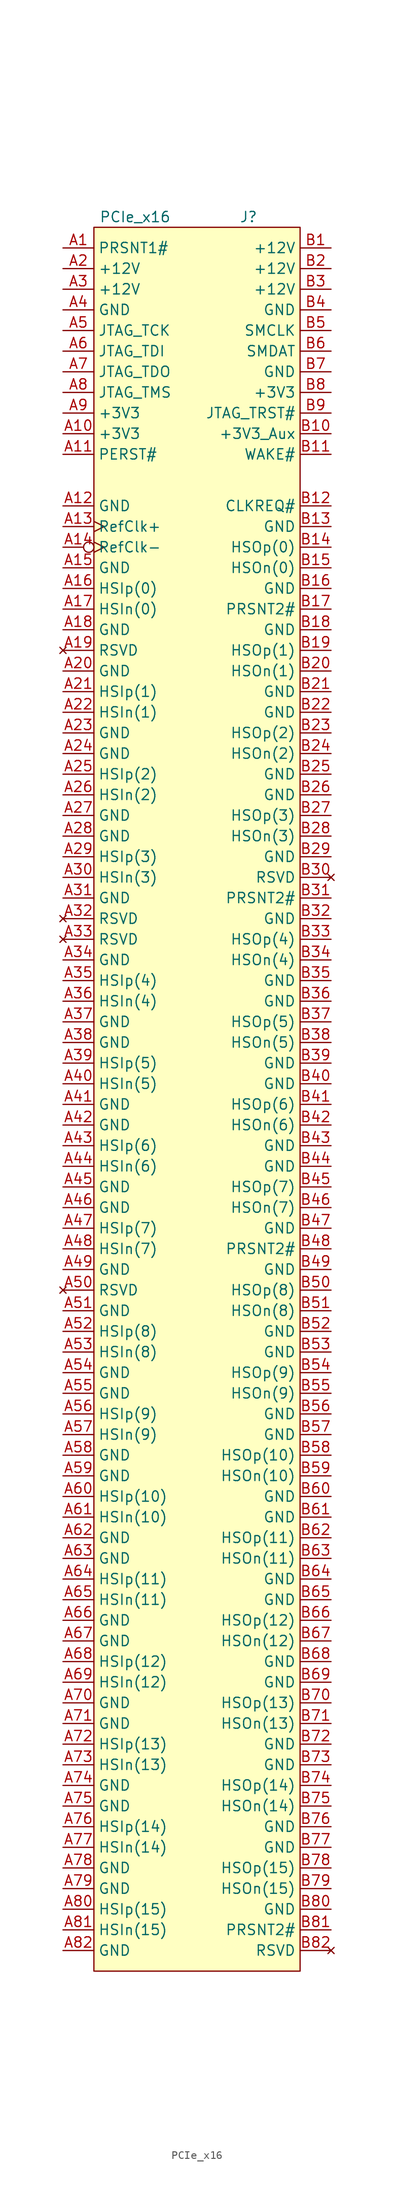
<source format=kicad_sym>
(kicad_symbol_lib
  (version 20231120)
  (generator "kicad_symbol_editor")
  (generator_version "8.0")
  (symbol "PCIe_x16"
    (property "Reference" "J"
      (at 6.35 31.75 0)
      (effects (font (size 1.27 1.27))))
    (property "Value" "PCIe_x16"
      (at -7.62 31.75 0)
      (effects (font (size 1.27 1.27))))
    (symbol "PCIe_x16_0_1"
      (rectangle (start -12.7 30.48) (end 12.7 -184.15) (stroke (width 0) (type default)) (fill (type background))))
    (symbol "PCIe_x16_1_1"
      (pin passive line (at -16.51 27.94 0) (length 3.81) (name "PRSNT1#" (effects (font (size 1.27 1.27)))) (number "A1" (effects (font (size 1.27 1.27)))))
      (pin passive line (at -16.51 5.08 0) (length 3.81) (name "+3V3" (effects (font (size 1.27 1.27)))) (number "A10" (effects (font (size 1.27 1.27)))))
      (pin passive line (at -16.51 2.54 0) (length 3.81) (name "PERST#" (effects (font (size 1.27 1.27)))) (number "A11" (effects (font (size 1.27 1.27)))))
      (pin passive line (at -16.51 -3.81 0) (length 3.81) (name "GND" (effects (font (size 1.27 1.27)))) (number "A12" (effects (font (size 1.27 1.27)))))
      (pin passive clock (at -16.51 -6.35 0) (length 3.81) (name "RefClk+" (effects (font (size 1.27 1.27)))) (number "A13" (effects (font (size 1.27 1.27)))))
      (pin passive inverted_clock (at -16.51 -8.89 0) (length 3.81) (name "RefClk-" (effects (font (size 1.27 1.27)))) (number "A14" (effects (font (size 1.27 1.27)))))
      (pin passive line (at -16.51 -11.43 0) (length 3.81) (name "GND" (effects (font (size 1.27 1.27)))) (number "A15" (effects (font (size 1.27 1.27)))))
      (pin passive line (at -16.51 -13.97 0) (length 3.81) (name "HSIp(0)" (effects (font (size 1.27 1.27)))) (number "A16" (effects (font (size 1.27 1.27)))))
      (pin passive line (at -16.51 -16.51 0) (length 3.81) (name "HSIn(0)" (effects (font (size 1.27 1.27)))) (number "A17" (effects (font (size 1.27 1.27)))))
      (pin passive line (at -16.51 -19.05 0) (length 3.81) (name "GND" (effects (font (size 1.27 1.27)))) (number "A18" (effects (font (size 1.27 1.27)))))
      (pin no_connect line (at -16.51 -21.59 0) (length 3.81) (name "RSVD" (effects (font (size 1.27 1.27)))) (number "A19" (effects (font (size 1.27 1.27)))))
      (pin passive line (at -16.51 25.4 0) (length 3.81) (name "+12V" (effects (font (size 1.27 1.27)))) (number "A2" (effects (font (size 1.27 1.27)))))
      (pin passive line (at -16.51 -24.13 0) (length 3.81) (name "GND" (effects (font (size 1.27 1.27)))) (number "A20" (effects (font (size 1.27 1.27)))))
      (pin passive line (at -16.51 -26.67 0) (length 3.81) (name "HSIp(1)" (effects (font (size 1.27 1.27)))) (number "A21" (effects (font (size 1.27 1.27)))))
      (pin passive line (at -16.51 -29.21 0) (length 3.81) (name "HSIn(1)" (effects (font (size 1.27 1.27)))) (number "A22" (effects (font (size 1.27 1.27)))))
      (pin passive line (at -16.51 -31.75 0) (length 3.81) (name "GND" (effects (font (size 1.27 1.27)))) (number "A23" (effects (font (size 1.27 1.27)))))
      (pin passive line (at -16.51 -34.29 0) (length 3.81) (name "GND" (effects (font (size 1.27 1.27)))) (number "A24" (effects (font (size 1.27 1.27)))))
      (pin passive line (at -16.51 -36.83 0) (length 3.81) (name "HSIp(2)" (effects (font (size 1.27 1.27)))) (number "A25" (effects (font (size 1.27 1.27)))))
      (pin passive line (at -16.51 -39.37 0) (length 3.81) (name "HSIn(2)" (effects (font (size 1.27 1.27)))) (number "A26" (effects (font (size 1.27 1.27)))))
      (pin passive line (at -16.51 -41.91 0) (length 3.81) (name "GND" (effects (font (size 1.27 1.27)))) (number "A27" (effects (font (size 1.27 1.27)))))
      (pin passive line (at -16.51 -44.45 0) (length 3.81) (name "GND" (effects (font (size 1.27 1.27)))) (number "A28" (effects (font (size 1.27 1.27)))))
      (pin passive line (at -16.51 -46.99 0) (length 3.81) (name "HSIp(3)" (effects (font (size 1.27 1.27)))) (number "A29" (effects (font (size 1.27 1.27)))))
      (pin passive line (at -16.51 22.86 0) (length 3.81) (name "+12V" (effects (font (size 1.27 1.27)))) (number "A3" (effects (font (size 1.27 1.27)))))
      (pin passive line (at -16.51 -49.53 0) (length 3.81) (name "HSIn(3)" (effects (font (size 1.27 1.27)))) (number "A30" (effects (font (size 1.27 1.27)))))
      (pin passive line (at -16.51 -52.07 0) (length 3.81) (name "GND" (effects (font (size 1.27 1.27)))) (number "A31" (effects (font (size 1.27 1.27)))))
      (pin no_connect line (at -16.51 -54.61 0) (length 3.81) (name "RSVD" (effects (font (size 1.27 1.27)))) (number "A32" (effects (font (size 1.27 1.27)))))
      (pin no_connect line (at -16.51 -57.15 0) (length 3.81) (name "RSVD" (effects (font (size 1.27 1.27)))) (number "A33" (effects (font (size 1.27 1.27)))))
      (pin passive line (at -16.51 -59.69 0) (length 3.81) (name "GND" (effects (font (size 1.27 1.27)))) (number "A34" (effects (font (size 1.27 1.27)))))
      (pin passive line (at -16.51 -62.23 0) (length 3.81) (name "HSIp(4)" (effects (font (size 1.27 1.27)))) (number "A35" (effects (font (size 1.27 1.27)))))
      (pin passive line (at -16.51 -64.77 0) (length 3.81) (name "HSIn(4)" (effects (font (size 1.27 1.27)))) (number "A36" (effects (font (size 1.27 1.27)))))
      (pin passive line (at -16.51 -67.31 0) (length 3.81) (name "GND" (effects (font (size 1.27 1.27)))) (number "A37" (effects (font (size 1.27 1.27)))))
      (pin passive line (at -16.51 -69.85 0) (length 3.81) (name "GND" (effects (font (size 1.27 1.27)))) (number "A38" (effects (font (size 1.27 1.27)))))
      (pin passive line (at -16.51 -72.39 0) (length 3.81) (name "HSIp(5)" (effects (font (size 1.27 1.27)))) (number "A39" (effects (font (size 1.27 1.27)))))
      (pin passive line (at -16.51 20.32 0) (length 3.81) (name "GND" (effects (font (size 1.27 1.27)))) (number "A4" (effects (font (size 1.27 1.27)))))
      (pin passive line (at -16.51 -74.93 0) (length 3.81) (name "HSIn(5)" (effects (font (size 1.27 1.27)))) (number "A40" (effects (font (size 1.27 1.27)))))
      (pin passive line (at -16.51 -77.47 0) (length 3.81) (name "GND" (effects (font (size 1.27 1.27)))) (number "A41" (effects (font (size 1.27 1.27)))))
      (pin passive line (at -16.51 -80.01 0) (length 3.81) (name "GND" (effects (font (size 1.27 1.27)))) (number "A42" (effects (font (size 1.27 1.27)))))
      (pin passive line (at -16.51 -82.55 0) (length 3.81) (name "HSIp(6)" (effects (font (size 1.27 1.27)))) (number "A43" (effects (font (size 1.27 1.27)))))
      (pin passive line (at -16.51 -85.09 0) (length 3.81) (name "HSIn(6)" (effects (font (size 1.27 1.27)))) (number "A44" (effects (font (size 1.27 1.27)))))
      (pin passive line (at -16.51 -87.63 0) (length 3.81) (name "GND" (effects (font (size 1.27 1.27)))) (number "A45" (effects (font (size 1.27 1.27)))))
      (pin passive line (at -16.51 -90.17 0) (length 3.81) (name "GND" (effects (font (size 1.27 1.27)))) (number "A46" (effects (font (size 1.27 1.27)))))
      (pin passive line (at -16.51 -92.71 0) (length 3.81) (name "HSIp(7)" (effects (font (size 1.27 1.27)))) (number "A47" (effects (font (size 1.27 1.27)))))
      (pin passive line (at -16.51 -95.25 0) (length 3.81) (name "HSIn(7)" (effects (font (size 1.27 1.27)))) (number "A48" (effects (font (size 1.27 1.27)))))
      (pin passive line (at -16.51 -97.79 0) (length 3.81) (name "GND" (effects (font (size 1.27 1.27)))) (number "A49" (effects (font (size 1.27 1.27)))))
      (pin passive line (at -16.51 17.78 0) (length 3.81) (name "JTAG_TCK" (effects (font (size 1.27 1.27)))) (number "A5" (effects (font (size 1.27 1.27)))))
      (pin no_connect line (at -16.51 -100.33 0) (length 3.81) (name "RSVD" (effects (font (size 1.27 1.27)))) (number "A50" (effects (font (size 1.27 1.27)))))
      (pin passive line (at -16.51 -102.87 0) (length 3.81) (name "GND" (effects (font (size 1.27 1.27)))) (number "A51" (effects (font (size 1.27 1.27)))))
      (pin passive line (at -16.51 -105.41 0) (length 3.81) (name "HSIp(8)" (effects (font (size 1.27 1.27)))) (number "A52" (effects (font (size 1.27 1.27)))))
      (pin passive line (at -16.51 -107.95 0) (length 3.81) (name "HSIn(8)" (effects (font (size 1.27 1.27)))) (number "A53" (effects (font (size 1.27 1.27)))))
      (pin passive line (at -16.51 -110.49 0) (length 3.81) (name "GND" (effects (font (size 1.27 1.27)))) (number "A54" (effects (font (size 1.27 1.27)))))
      (pin passive line (at -16.51 -113.03 0) (length 3.81) (name "GND" (effects (font (size 1.27 1.27)))) (number "A55" (effects (font (size 1.27 1.27)))))
      (pin passive line (at -16.51 -115.57 0) (length 3.81) (name "HSIp(9)" (effects (font (size 1.27 1.27)))) (number "A56" (effects (font (size 1.27 1.27)))))
      (pin passive line (at -16.51 -118.11 0) (length 3.81) (name "HSIn(9)" (effects (font (size 1.27 1.27)))) (number "A57" (effects (font (size 1.27 1.27)))))
      (pin passive line (at -16.51 -120.65 0) (length 3.81) (name "GND" (effects (font (size 1.27 1.27)))) (number "A58" (effects (font (size 1.27 1.27)))))
      (pin passive line (at -16.51 -123.19 0) (length 3.81) (name "GND" (effects (font (size 1.27 1.27)))) (number "A59" (effects (font (size 1.27 1.27)))))
      (pin passive line (at -16.51 15.24 0) (length 3.81) (name "JTAG_TDI" (effects (font (size 1.27 1.27)))) (number "A6" (effects (font (size 1.27 1.27)))))
      (pin passive line (at -16.51 -125.73 0) (length 3.81) (name "HSIp(10)" (effects (font (size 1.27 1.27)))) (number "A60" (effects (font (size 1.27 1.27)))))
      (pin passive line (at -16.51 -128.27 0) (length 3.81) (name "HSIn(10)" (effects (font (size 1.27 1.27)))) (number "A61" (effects (font (size 1.27 1.27)))))
      (pin passive line (at -16.51 -130.81 0) (length 3.81) (name "GND" (effects (font (size 1.27 1.27)))) (number "A62" (effects (font (size 1.27 1.27)))))
      (pin passive line (at -16.51 -133.35 0) (length 3.81) (name "GND" (effects (font (size 1.27 1.27)))) (number "A63" (effects (font (size 1.27 1.27)))))
      (pin passive line (at -16.51 -135.89 0) (length 3.81) (name "HSIp(11)" (effects (font (size 1.27 1.27)))) (number "A64" (effects (font (size 1.27 1.27)))))
      (pin passive line (at -16.51 -138.43 0) (length 3.81) (name "HSIn(11)" (effects (font (size 1.27 1.27)))) (number "A65" (effects (font (size 1.27 1.27)))))
      (pin passive line (at -16.51 -140.97 0) (length 3.81) (name "GND" (effects (font (size 1.27 1.27)))) (number "A66" (effects (font (size 1.27 1.27)))))
      (pin passive line (at -16.51 -143.51 0) (length 3.81) (name "GND" (effects (font (size 1.27 1.27)))) (number "A67" (effects (font (size 1.27 1.27)))))
      (pin passive line (at -16.51 -146.05 0) (length 3.81) (name "HSIp(12)" (effects (font (size 1.27 1.27)))) (number "A68" (effects (font (size 1.27 1.27)))))
      (pin passive line (at -16.51 -148.59 0) (length 3.81) (name "HSIn(12)" (effects (font (size 1.27 1.27)))) (number "A69" (effects (font (size 1.27 1.27)))))
      (pin passive line (at -16.51 12.7 0) (length 3.81) (name "JTAG_TDO" (effects (font (size 1.27 1.27)))) (number "A7" (effects (font (size 1.27 1.27)))))
      (pin passive line (at -16.51 -151.13 0) (length 3.81) (name "GND" (effects (font (size 1.27 1.27)))) (number "A70" (effects (font (size 1.27 1.27)))))
      (pin passive line (at -16.51 -153.67 0) (length 3.81) (name "GND" (effects (font (size 1.27 1.27)))) (number "A71" (effects (font (size 1.27 1.27)))))
      (pin passive line (at -16.51 -156.21 0) (length 3.81) (name "HSIp(13)" (effects (font (size 1.27 1.27)))) (number "A72" (effects (font (size 1.27 1.27)))))
      (pin passive line (at -16.51 -158.75 0) (length 3.81) (name "HSIn(13)" (effects (font (size 1.27 1.27)))) (number "A73" (effects (font (size 1.27 1.27)))))
      (pin passive line (at -16.51 -161.29 0) (length 3.81) (name "GND" (effects (font (size 1.27 1.27)))) (number "A74" (effects (font (size 1.27 1.27)))))
      (pin passive line (at -16.51 -163.83 0) (length 3.81) (name "GND" (effects (font (size 1.27 1.27)))) (number "A75" (effects (font (size 1.27 1.27)))))
      (pin passive line (at -16.51 -166.37 0) (length 3.81) (name "HSIp(14)" (effects (font (size 1.27 1.27)))) (number "A76" (effects (font (size 1.27 1.27)))))
      (pin passive line (at -16.51 -168.91 0) (length 3.81) (name "HSIn(14)" (effects (font (size 1.27 1.27)))) (number "A77" (effects (font (size 1.27 1.27)))))
      (pin passive line (at -16.51 -171.45 0) (length 3.81) (name "GND" (effects (font (size 1.27 1.27)))) (number "A78" (effects (font (size 1.27 1.27)))))
      (pin passive line (at -16.51 -173.99 0) (length 3.81) (name "GND" (effects (font (size 1.27 1.27)))) (number "A79" (effects (font (size 1.27 1.27)))))
      (pin passive line (at -16.51 10.16 0) (length 3.81) (name "JTAG_TMS" (effects (font (size 1.27 1.27)))) (number "A8" (effects (font (size 1.27 1.27)))))
      (pin passive line (at -16.51 -176.53 0) (length 3.81) (name "HSIp(15)" (effects (font (size 1.27 1.27)))) (number "A80" (effects (font (size 1.27 1.27)))))
      (pin passive line (at -16.51 -179.07 0) (length 3.81) (name "HSIn(15)" (effects (font (size 1.27 1.27)))) (number "A81" (effects (font (size 1.27 1.27)))))
      (pin passive line (at -16.51 -181.61 0) (length 3.81) (name "GND" (effects (font (size 1.27 1.27)))) (number "A82" (effects (font (size 1.27 1.27)))))
      (pin passive line (at -16.51 7.62 0) (length 3.81) (name "+3V3" (effects (font (size 1.27 1.27)))) (number "A9" (effects (font (size 1.27 1.27)))))
      (pin passive line (at 16.51 27.94 180) (length 3.81) (name "+12V" (effects (font (size 1.27 1.27)))) (number "B1" (effects (font (size 1.27 1.27)))))
      (pin passive line (at 16.51 5.08 180) (length 3.81) (name "+3V3_Aux" (effects (font (size 1.27 1.27)))) (number "B10" (effects (font (size 1.27 1.27)))))
      (pin passive line (at 16.51 2.54 180) (length 3.81) (name "WAKE#" (effects (font (size 1.27 1.27)))) (number "B11" (effects (font (size 1.27 1.27)))))
      (pin passive line (at 16.51 -3.81 180) (length 3.81) (name "CLKREQ#" (effects (font (size 1.27 1.27)))) (number "B12" (effects (font (size 1.27 1.27)))))
      (pin passive line (at 16.51 -6.35 180) (length 3.81) (name "GND" (effects (font (size 1.27 1.27)))) (number "B13" (effects (font (size 1.27 1.27)))))
      (pin passive line (at 16.51 -8.89 180) (length 3.81) (name "HSOp(0)" (effects (font (size 1.27 1.27)))) (number "B14" (effects (font (size 1.27 1.27)))))
      (pin passive line (at 16.51 -11.43 180) (length 3.81) (name "HSOn(0)" (effects (font (size 1.27 1.27)))) (number "B15" (effects (font (size 1.27 1.27)))))
      (pin passive line (at 16.51 -13.97 180) (length 3.81) (name "GND" (effects (font (size 1.27 1.27)))) (number "B16" (effects (font (size 1.27 1.27)))))
      (pin passive line (at 16.51 -16.51 180) (length 3.81) (name "PRSNT2#" (effects (font (size 1.27 1.27)))) (number "B17" (effects (font (size 1.27 1.27)))))
      (pin passive line (at 16.51 -19.05 180) (length 3.81) (name "GND" (effects (font (size 1.27 1.27)))) (number "B18" (effects (font (size 1.27 1.27)))))
      (pin passive line (at 16.51 -21.59 180) (length 3.81) (name "HSOp(1)" (effects (font (size 1.27 1.27)))) (number "B19" (effects (font (size 1.27 1.27)))))
      (pin passive line (at 16.51 25.4 180) (length 3.81) (name "+12V" (effects (font (size 1.27 1.27)))) (number "B2" (effects (font (size 1.27 1.27)))))
      (pin passive line (at 16.51 -24.13 180) (length 3.81) (name "HSOn(1)" (effects (font (size 1.27 1.27)))) (number "B20" (effects (font (size 1.27 1.27)))))
      (pin passive line (at 16.51 -26.67 180) (length 3.81) (name "GND" (effects (font (size 1.27 1.27)))) (number "B21" (effects (font (size 1.27 1.27)))))
      (pin passive line (at 16.51 -29.21 180) (length 3.81) (name "GND" (effects (font (size 1.27 1.27)))) (number "B22" (effects (font (size 1.27 1.27)))))
      (pin passive line (at 16.51 -31.75 180) (length 3.81) (name "HSOp(2)" (effects (font (size 1.27 1.27)))) (number "B23" (effects (font (size 1.27 1.27)))))
      (pin passive line (at 16.51 -34.29 180) (length 3.81) (name "HSOn(2)" (effects (font (size 1.27 1.27)))) (number "B24" (effects (font (size 1.27 1.27)))))
      (pin passive line (at 16.51 -36.83 180) (length 3.81) (name "GND" (effects (font (size 1.27 1.27)))) (number "B25" (effects (font (size 1.27 1.27)))))
      (pin passive line (at 16.51 -39.37 180) (length 3.81) (name "GND" (effects (font (size 1.27 1.27)))) (number "B26" (effects (font (size 1.27 1.27)))))
      (pin passive line (at 16.51 -41.91 180) (length 3.81) (name "HSOp(3)" (effects (font (size 1.27 1.27)))) (number "B27" (effects (font (size 1.27 1.27)))))
      (pin passive line (at 16.51 -44.45 180) (length 3.81) (name "HSOn(3)" (effects (font (size 1.27 1.27)))) (number "B28" (effects (font (size 1.27 1.27)))))
      (pin passive line (at 16.51 -46.99 180) (length 3.81) (name "GND" (effects (font (size 1.27 1.27)))) (number "B29" (effects (font (size 1.27 1.27)))))
      (pin passive line (at 16.51 22.86 180) (length 3.81) (name "+12V" (effects (font (size 1.27 1.27)))) (number "B3" (effects (font (size 1.27 1.27)))))
      (pin no_connect line (at 16.51 -49.53 180) (length 3.81) (name "RSVD" (effects (font (size 1.27 1.27)))) (number "B30" (effects (font (size 1.27 1.27)))))
      (pin passive line (at 16.51 -52.07 180) (length 3.81) (name "PRSNT2#" (effects (font (size 1.27 1.27)))) (number "B31" (effects (font (size 1.27 1.27)))))
      (pin passive line (at 16.51 -54.61 180) (length 3.81) (name "GND" (effects (font (size 1.27 1.27)))) (number "B32" (effects (font (size 1.27 1.27)))))
      (pin passive line (at 16.51 -57.15 180) (length 3.81) (name "HSOp(4)" (effects (font (size 1.27 1.27)))) (number "B33" (effects (font (size 1.27 1.27)))))
      (pin passive line (at 16.51 -59.69 180) (length 3.81) (name "HSOn(4)" (effects (font (size 1.27 1.27)))) (number "B34" (effects (font (size 1.27 1.27)))))
      (pin passive line (at 16.51 -62.23 180) (length 3.81) (name "GND" (effects (font (size 1.27 1.27)))) (number "B35" (effects (font (size 1.27 1.27)))))
      (pin passive line (at 16.51 -64.77 180) (length 3.81) (name "GND" (effects (font (size 1.27 1.27)))) (number "B36" (effects (font (size 1.27 1.27)))))
      (pin passive line (at 16.51 -67.31 180) (length 3.81) (name "HSOp(5)" (effects (font (size 1.27 1.27)))) (number "B37" (effects (font (size 1.27 1.27)))))
      (pin passive line (at 16.51 -69.85 180) (length 3.81) (name "HSOn(5)" (effects (font (size 1.27 1.27)))) (number "B38" (effects (font (size 1.27 1.27)))))
      (pin passive line (at 16.51 -72.39 180) (length 3.81) (name "GND" (effects (font (size 1.27 1.27)))) (number "B39" (effects (font (size 1.27 1.27)))))
      (pin passive line (at 16.51 20.32 180) (length 3.81) (name "GND" (effects (font (size 1.27 1.27)))) (number "B4" (effects (font (size 1.27 1.27)))))
      (pin passive line (at 16.51 -74.93 180) (length 3.81) (name "GND" (effects (font (size 1.27 1.27)))) (number "B40" (effects (font (size 1.27 1.27)))))
      (pin passive line (at 16.51 -77.47 180) (length 3.81) (name "HSOp(6)" (effects (font (size 1.27 1.27)))) (number "B41" (effects (font (size 1.27 1.27)))))
      (pin passive line (at 16.51 -80.01 180) (length 3.81) (name "HSOn(6)" (effects (font (size 1.27 1.27)))) (number "B42" (effects (font (size 1.27 1.27)))))
      (pin passive line (at 16.51 -82.55 180) (length 3.81) (name "GND" (effects (font (size 1.27 1.27)))) (number "B43" (effects (font (size 1.27 1.27)))))
      (pin passive line (at 16.51 -85.09 180) (length 3.81) (name "GND" (effects (font (size 1.27 1.27)))) (number "B44" (effects (font (size 1.27 1.27)))))
      (pin passive line (at 16.51 -87.63 180) (length 3.81) (name "HSOp(7)" (effects (font (size 1.27 1.27)))) (number "B45" (effects (font (size 1.27 1.27)))))
      (pin passive line (at 16.51 -90.17 180) (length 3.81) (name "HSOn(7)" (effects (font (size 1.27 1.27)))) (number "B46" (effects (font (size 1.27 1.27)))))
      (pin passive line (at 16.51 -92.71 180) (length 3.81) (name "GND" (effects (font (size 1.27 1.27)))) (number "B47" (effects (font (size 1.27 1.27)))))
      (pin passive line (at 16.51 -95.25 180) (length 3.81) (name "PRSNT2#" (effects (font (size 1.27 1.27)))) (number "B48" (effects (font (size 1.27 1.27)))))
      (pin passive line (at 16.51 -97.79 180) (length 3.81) (name "GND" (effects (font (size 1.27 1.27)))) (number "B49" (effects (font (size 1.27 1.27)))))
      (pin passive line (at 16.51 17.78 180) (length 3.81) (name "SMCLK" (effects (font (size 1.27 1.27)))) (number "B5" (effects (font (size 1.27 1.27)))))
      (pin passive line (at 16.51 -100.33 180) (length 3.81) (name "HSOp(8)" (effects (font (size 1.27 1.27)))) (number "B50" (effects (font (size 1.27 1.27)))))
      (pin passive line (at 16.51 -102.87 180) (length 3.81) (name "HSOn(8)" (effects (font (size 1.27 1.27)))) (number "B51" (effects (font (size 1.27 1.27)))))
      (pin passive line (at 16.51 -105.41 180) (length 3.81) (name "GND" (effects (font (size 1.27 1.27)))) (number "B52" (effects (font (size 1.27 1.27)))))
      (pin passive line (at 16.51 -107.95 180) (length 3.81) (name "GND" (effects (font (size 1.27 1.27)))) (number "B53" (effects (font (size 1.27 1.27)))))
      (pin passive line (at 16.51 -110.49 180) (length 3.81) (name "HSOp(9)" (effects (font (size 1.27 1.27)))) (number "B54" (effects (font (size 1.27 1.27)))))
      (pin passive line (at 16.51 -113.03 180) (length 3.81) (name "HSOn(9)" (effects (font (size 1.27 1.27)))) (number "B55" (effects (font (size 1.27 1.27)))))
      (pin passive line (at 16.51 -115.57 180) (length 3.81) (name "GND" (effects (font (size 1.27 1.27)))) (number "B56" (effects (font (size 1.27 1.27)))))
      (pin passive line (at 16.51 -118.11 180) (length 3.81) (name "GND" (effects (font (size 1.27 1.27)))) (number "B57" (effects (font (size 1.27 1.27)))))
      (pin passive line (at 16.51 -120.65 180) (length 3.81) (name "HSOp(10)" (effects (font (size 1.27 1.27)))) (number "B58" (effects (font (size 1.27 1.27)))))
      (pin passive line (at 16.51 -123.19 180) (length 3.81) (name "HSOn(10)" (effects (font (size 1.27 1.27)))) (number "B59" (effects (font (size 1.27 1.27)))))
      (pin passive line (at 16.51 15.24 180) (length 3.81) (name "SMDAT" (effects (font (size 1.27 1.27)))) (number "B6" (effects (font (size 1.27 1.27)))))
      (pin passive line (at 16.51 -125.73 180) (length 3.81) (name "GND" (effects (font (size 1.27 1.27)))) (number "B60" (effects (font (size 1.27 1.27)))))
      (pin passive line (at 16.51 -128.27 180) (length 3.81) (name "GND" (effects (font (size 1.27 1.27)))) (number "B61" (effects (font (size 1.27 1.27)))))
      (pin passive line (at 16.51 -130.81 180) (length 3.81) (name "HSOp(11)" (effects (font (size 1.27 1.27)))) (number "B62" (effects (font (size 1.27 1.27)))))
      (pin passive line (at 16.51 -133.35 180) (length 3.81) (name "HSOn(11)" (effects (font (size 1.27 1.27)))) (number "B63" (effects (font (size 1.27 1.27)))))
      (pin passive line (at 16.51 -135.89 180) (length 3.81) (name "GND" (effects (font (size 1.27 1.27)))) (number "B64" (effects (font (size 1.27 1.27)))))
      (pin passive line (at 16.51 -138.43 180) (length 3.81) (name "GND" (effects (font (size 1.27 1.27)))) (number "B65" (effects (font (size 1.27 1.27)))))
      (pin passive line (at 16.51 -140.97 180) (length 3.81) (name "HSOp(12)" (effects (font (size 1.27 1.27)))) (number "B66" (effects (font (size 1.27 1.27)))))
      (pin passive line (at 16.51 -143.51 180) (length 3.81) (name "HSOn(12)" (effects (font (size 1.27 1.27)))) (number "B67" (effects (font (size 1.27 1.27)))))
      (pin passive line (at 16.51 -146.05 180) (length 3.81) (name "GND" (effects (font (size 1.27 1.27)))) (number "B68" (effects (font (size 1.27 1.27)))))
      (pin passive line (at 16.51 -148.59 180) (length 3.81) (name "GND" (effects (font (size 1.27 1.27)))) (number "B69" (effects (font (size 1.27 1.27)))))
      (pin passive line (at 16.51 12.7 180) (length 3.81) (name "GND" (effects (font (size 1.27 1.27)))) (number "B7" (effects (font (size 1.27 1.27)))))
      (pin passive line (at 16.51 -151.13 180) (length 3.81) (name "HSOp(13)" (effects (font (size 1.27 1.27)))) (number "B70" (effects (font (size 1.27 1.27)))))
      (pin passive line (at 16.51 -153.67 180) (length 3.81) (name "HSOn(13)" (effects (font (size 1.27 1.27)))) (number "B71" (effects (font (size 1.27 1.27)))))
      (pin passive line (at 16.51 -156.21 180) (length 3.81) (name "GND" (effects (font (size 1.27 1.27)))) (number "B72" (effects (font (size 1.27 1.27)))))
      (pin passive line (at 16.51 -158.75 180) (length 3.81) (name "GND" (effects (font (size 1.27 1.27)))) (number "B73" (effects (font (size 1.27 1.27)))))
      (pin passive line (at 16.51 -161.29 180) (length 3.81) (name "HSOp(14)" (effects (font (size 1.27 1.27)))) (number "B74" (effects (font (size 1.27 1.27)))))
      (pin passive line (at 16.51 -163.83 180) (length 3.81) (name "HSOn(14)" (effects (font (size 1.27 1.27)))) (number "B75" (effects (font (size 1.27 1.27)))))
      (pin passive line (at 16.51 -166.37 180) (length 3.81) (name "GND" (effects (font (size 1.27 1.27)))) (number "B76" (effects (font (size 1.27 1.27)))))
      (pin passive line (at 16.51 -168.91 180) (length 3.81) (name "GND" (effects (font (size 1.27 1.27)))) (number "B77" (effects (font (size 1.27 1.27)))))
      (pin passive line (at 16.51 -171.45 180) (length 3.81) (name "HSOp(15)" (effects (font (size 1.27 1.27)))) (number "B78" (effects (font (size 1.27 1.27)))))
      (pin passive line (at 16.51 -173.99 180) (length 3.81) (name "HSOn(15)" (effects (font (size 1.27 1.27)))) (number "B79" (effects (font (size 1.27 1.27)))))
      (pin passive line (at 16.51 10.16 180) (length 3.81) (name "+3V3" (effects (font (size 1.27 1.27)))) (number "B8" (effects (font (size 1.27 1.27)))))
      (pin passive line (at 16.51 -176.53 180) (length 3.81) (name "GND" (effects (font (size 1.27 1.27)))) (number "B80" (effects (font (size 1.27 1.27)))))
      (pin passive line (at 16.51 -179.07 180) (length 3.81) (name "PRSNT2#" (effects (font (size 1.27 1.27)))) (number "B81" (effects (font (size 1.27 1.27)))))
      (pin no_connect line (at 16.51 -181.61 180) (length 3.81) (name "RSVD" (effects (font (size 1.27 1.27)))) (number "B82" (effects (font (size 1.27 1.27)))))
      (pin passive line (at 16.51 7.62 180) (length 3.81) (name "JTAG_TRST#" (effects (font (size 1.27 1.27)))) (number "B9" (effects (font (size 1.27 1.27))))))))
</source>
